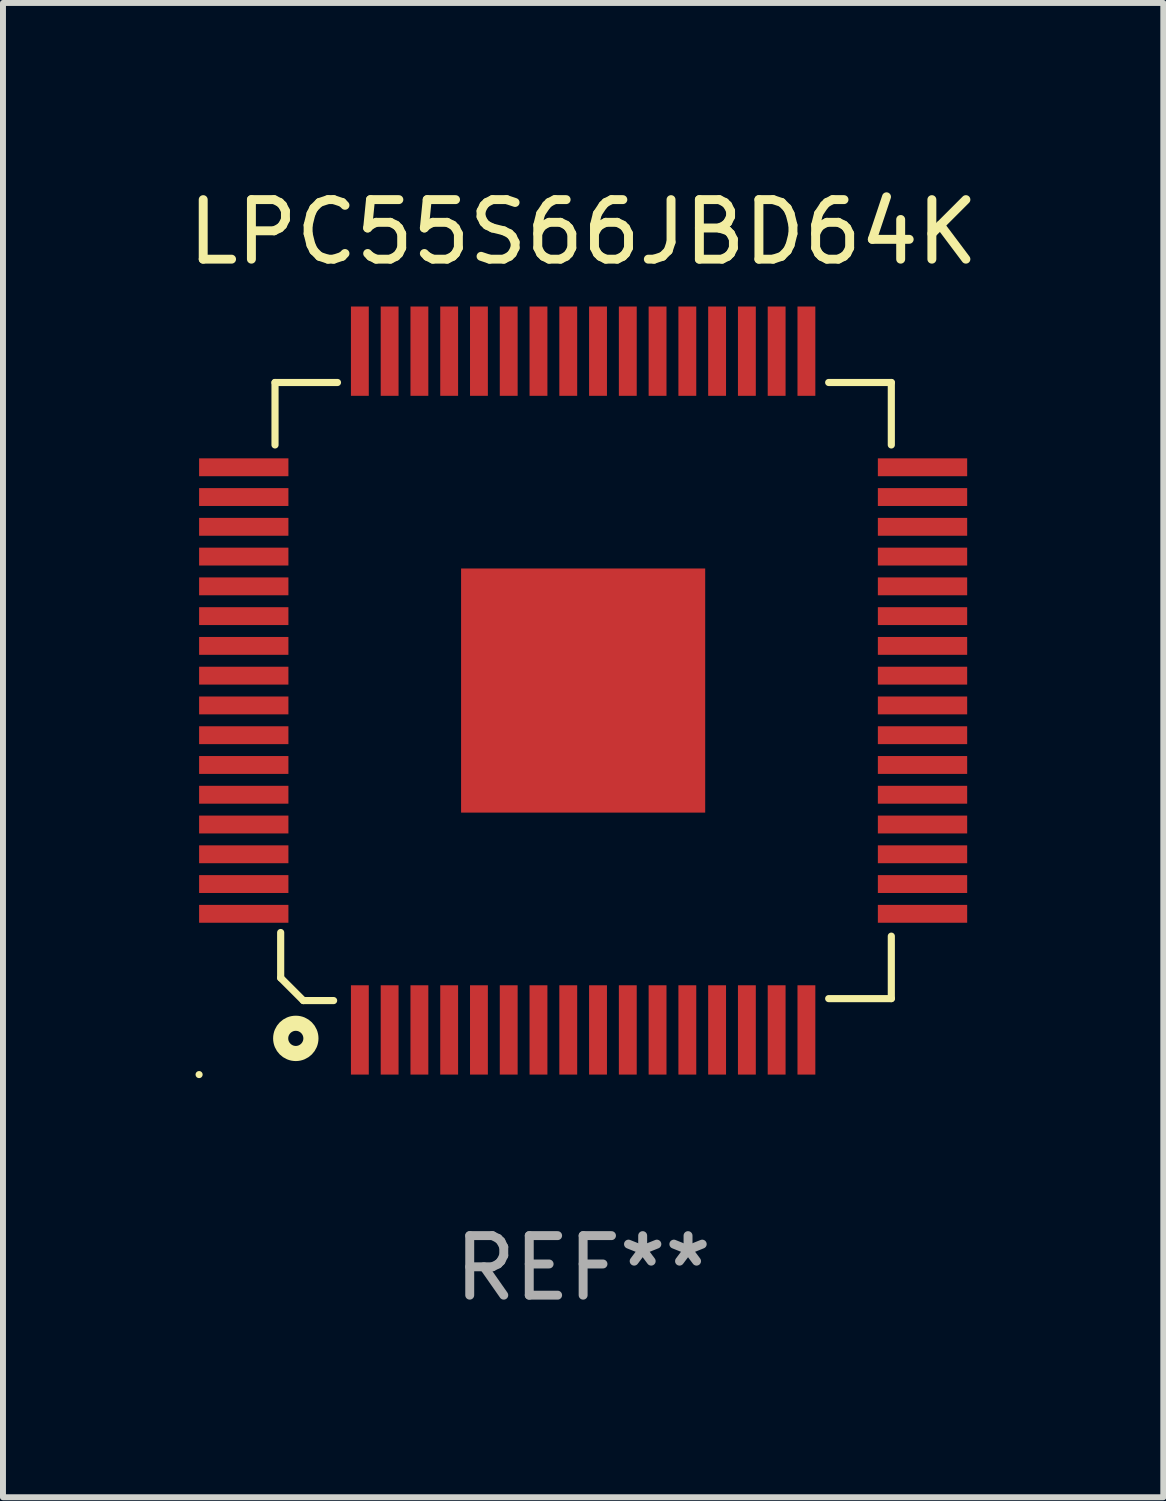
<source format=kicad_pcb>
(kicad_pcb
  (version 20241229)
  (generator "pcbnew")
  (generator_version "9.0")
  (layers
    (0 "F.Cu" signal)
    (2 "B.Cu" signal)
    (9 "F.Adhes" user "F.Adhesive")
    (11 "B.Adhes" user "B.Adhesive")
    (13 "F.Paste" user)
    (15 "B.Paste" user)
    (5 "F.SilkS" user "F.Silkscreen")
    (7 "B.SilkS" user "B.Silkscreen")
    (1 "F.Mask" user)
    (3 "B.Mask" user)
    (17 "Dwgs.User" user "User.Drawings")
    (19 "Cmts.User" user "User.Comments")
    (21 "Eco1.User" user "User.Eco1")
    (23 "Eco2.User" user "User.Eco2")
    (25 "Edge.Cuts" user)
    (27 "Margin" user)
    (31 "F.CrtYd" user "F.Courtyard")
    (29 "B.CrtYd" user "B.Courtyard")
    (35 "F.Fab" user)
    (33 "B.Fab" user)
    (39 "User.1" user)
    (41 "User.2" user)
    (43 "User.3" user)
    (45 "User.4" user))
  (footprint "LPC55S66JBD64K"
    (layer "F.Cu")
    (at 6.744 8.548)
    (property "Reference" "LPC55S66JBD64K" (at 0 -7.7 0) (layer "F.SilkS") (effects (font (size 1 1) (thickness 0.15))))
    (attr through_hole)
    (fp_line (start -5.175 -5.174) (end -4.126 -5.174) (stroke (width 0.12) (type solid)) (layer "F.SilkS"))
    (fp_line (start -5.175 -4.125) (end -5.175 -5.174) (stroke (width 0.12) (type solid)) (layer "F.SilkS"))
    (fp_line (start -5.08 4.064) (end -5.08 4.826) (stroke (width 0.12) (type solid)) (layer "F.SilkS"))
    (fp_line (start -5.08 4.826) (end -4.699 5.207) (stroke (width 0.12) (type solid)) (layer "F.SilkS"))
    (fp_line (start -4.699 5.207) (end -4.191 5.207) (stroke (width 0.12) (type solid)) (layer "F.SilkS"))
    (fp_line (start 5.176 -5.174) (end 4.124 -5.174) (stroke (width 0.12) (type solid)) (layer "F.SilkS"))
    (fp_line (start 5.176 -4.125) (end 5.176 -5.174) (stroke (width 0.12) (type solid)) (layer "F.SilkS"))
    (fp_line (start 5.176 4.125) (end 5.176 5.174) (stroke (width 0.12) (type solid)) (layer "F.SilkS"))
    (fp_line (start 5.176 5.174) (end 4.124 5.174) (stroke (width 0.12) (type solid)) (layer "F.SilkS"))
    (fp_circle (center -6.45 6.45) (end -6.42 6.45) (stroke (width 0.06) (type solid)) (fill no) (layer "F.SilkS"))
    (fp_circle (center -4.826 5.842) (end -4.572 5.842) (stroke (width 0.254) (type solid)) (fill no) (layer "F.SilkS"))
    (fp_text user "REF**" (at 0 9.7 0) (layer "F.Fab") (effects (font (size 1 1) (thickness 0.15))))
    (pad "1" smd rect (at -3.75 5.7 90) (size 1.5 0.3) (layers "F.Cu" "F.Mask" "F.Paste"))
    (pad "2" smd rect (at -3.25 5.7 90) (size 1.5 0.3) (layers "F.Cu" "F.Mask" "F.Paste"))
    (pad "3" smd rect (at -2.75 5.7 90) (size 1.5 0.3) (layers "F.Cu" "F.Mask" "F.Paste"))
    (pad "4" smd rect (at -2.25 5.7 90) (size 1.5 0.3) (layers "F.Cu" "F.Mask" "F.Paste"))
    (pad "5" smd rect (at -1.75 5.7 90) (size 1.5 0.3) (layers "F.Cu" "F.Mask" "F.Paste"))
    (pad "6" smd rect (at -1.25 5.7 90) (size 1.5 0.3) (layers "F.Cu" "F.Mask" "F.Paste"))
    (pad "7" smd rect (at -0.75 5.7 90) (size 1.5 0.3) (layers "F.Cu" "F.Mask" "F.Paste"))
    (pad "8" smd rect (at -0.25 5.7 90) (size 1.5 0.3) (layers "F.Cu" "F.Mask" "F.Paste"))
    (pad "9" smd rect (at 0.25 5.7 90) (size 1.5 0.3) (layers "F.Cu" "F.Mask" "F.Paste"))
    (pad "10" smd rect (at 0.75 5.7 90) (size 1.5 0.3) (layers "F.Cu" "F.Mask" "F.Paste"))
    (pad "11" smd rect (at 1.25 5.7 90) (size 1.5 0.3) (layers "F.Cu" "F.Mask" "F.Paste"))
    (pad "12" smd rect (at 1.75 5.7 90) (size 1.5 0.3) (layers "F.Cu" "F.Mask" "F.Paste"))
    (pad "13" smd rect (at 2.25 5.7 90) (size 1.5 0.3) (layers "F.Cu" "F.Mask" "F.Paste"))
    (pad "14" smd rect (at 2.75 5.7 90) (size 1.5 0.3) (layers "F.Cu" "F.Mask" "F.Paste"))
    (pad "15" smd rect (at 3.25 5.7 90) (size 1.5 0.3) (layers "F.Cu" "F.Mask" "F.Paste"))
    (pad "16" smd rect (at 3.75 5.7 90) (size 1.5 0.3) (layers "F.Cu" "F.Mask" "F.Paste"))
    (pad "17" smd rect (at 5.7 3.75 180) (size 1.5 0.3) (layers "F.Cu" "F.Mask" "F.Paste"))
    (pad "18" smd rect (at 5.7 3.25 180) (size 1.5 0.3) (layers "F.Cu" "F.Mask" "F.Paste"))
    (pad "19" smd rect (at 5.7 2.75 180) (size 1.5 0.3) (layers "F.Cu" "F.Mask" "F.Paste"))
    (pad "20" smd rect (at 5.7 2.25 180) (size 1.5 0.3) (layers "F.Cu" "F.Mask" "F.Paste"))
    (pad "21" smd rect (at 5.7 1.75 180) (size 1.5 0.3) (layers "F.Cu" "F.Mask" "F.Paste"))
    (pad "22" smd rect (at 5.7 1.25 180) (size 1.5 0.3) (layers "F.Cu" "F.Mask" "F.Paste"))
    (pad "23" smd rect (at 5.7 0.75 180) (size 1.5 0.3) (layers "F.Cu" "F.Mask" "F.Paste"))
    (pad "24" smd rect (at 5.7 0.25 180) (size 1.5 0.3) (layers "F.Cu" "F.Mask" "F.Paste"))
    (pad "25" smd rect (at 5.7 -0.25 180) (size 1.5 0.3) (layers "F.Cu" "F.Mask" "F.Paste"))
    (pad "26" smd rect (at 5.7 -0.75 180) (size 1.5 0.3) (layers "F.Cu" "F.Mask" "F.Paste"))
    (pad "27" smd rect (at 5.7 -1.25 180) (size 1.5 0.3) (layers "F.Cu" "F.Mask" "F.Paste"))
    (pad "28" smd rect (at 5.7 -1.75 180) (size 1.5 0.3) (layers "F.Cu" "F.Mask" "F.Paste"))
    (pad "29" smd rect (at 5.7 -2.25 180) (size 1.5 0.3) (layers "F.Cu" "F.Mask" "F.Paste"))
    (pad "30" smd rect (at 5.7 -2.75 180) (size 1.5 0.3) (layers "F.Cu" "F.Mask" "F.Paste"))
    (pad "31" smd rect (at 5.7 -3.25 180) (size 1.5 0.3) (layers "F.Cu" "F.Mask" "F.Paste"))
    (pad "32" smd rect (at 5.7 -3.75 180) (size 1.5 0.3) (layers "F.Cu" "F.Mask" "F.Paste"))
    (pad "33" smd rect (at 3.75 -5.7 90) (size 1.5 0.3) (layers "F.Cu" "F.Mask" "F.Paste"))
    (pad "34" smd rect (at 3.25 -5.7 90) (size 1.5 0.3) (layers "F.Cu" "F.Mask" "F.Paste"))
    (pad "35" smd rect (at 2.75 -5.7 90) (size 1.5 0.3) (layers "F.Cu" "F.Mask" "F.Paste"))
    (pad "36" smd rect (at 2.25 -5.7 90) (size 1.5 0.3) (layers "F.Cu" "F.Mask" "F.Paste"))
    (pad "37" smd rect (at 1.75 -5.7 90) (size 1.5 0.3) (layers "F.Cu" "F.Mask" "F.Paste"))
    (pad "38" smd rect (at 1.25 -5.7 90) (size 1.5 0.3) (layers "F.Cu" "F.Mask" "F.Paste"))
    (pad "39" smd rect (at 0.75 -5.7 90) (size 1.5 0.3) (layers "F.Cu" "F.Mask" "F.Paste"))
    (pad "40" smd rect (at 0.25 -5.7 90) (size 1.5 0.3) (layers "F.Cu" "F.Mask" "F.Paste"))
    (pad "41" smd rect (at -0.25 -5.7 90) (size 1.5 0.3) (layers "F.Cu" "F.Mask" "F.Paste"))
    (pad "42" smd rect (at -0.75 -5.7 90) (size 1.5 0.3) (layers "F.Cu" "F.Mask" "F.Paste"))
    (pad "43" smd rect (at -1.25 -5.7 90) (size 1.5 0.3) (layers "F.Cu" "F.Mask" "F.Paste"))
    (pad "44" smd rect (at -1.75 -5.7 90) (size 1.5 0.3) (layers "F.Cu" "F.Mask" "F.Paste"))
    (pad "45" smd rect (at -2.25 -5.7 90) (size 1.5 0.3) (layers "F.Cu" "F.Mask" "F.Paste"))
    (pad "46" smd rect (at -2.75 -5.7 90) (size 1.5 0.3) (layers "F.Cu" "F.Mask" "F.Paste"))
    (pad "47" smd rect (at -3.25 -5.7 90) (size 1.5 0.3) (layers "F.Cu" "F.Mask" "F.Paste"))
    (pad "48" smd rect (at -3.75 -5.7 90) (size 1.5 0.3) (layers "F.Cu" "F.Mask" "F.Paste"))
    (pad "49" smd rect (at -5.7 -3.75 180) (size 1.5 0.3) (layers "F.Cu" "F.Mask" "F.Paste"))
    (pad "50" smd rect (at -5.7 -3.25 180) (size 1.5 0.3) (layers "F.Cu" "F.Mask" "F.Paste"))
    (pad "51" smd rect (at -5.7 -2.75 180) (size 1.5 0.3) (layers "F.Cu" "F.Mask" "F.Paste"))
    (pad "52" smd rect (at -5.7 -2.25 180) (size 1.5 0.3) (layers "F.Cu" "F.Mask" "F.Paste"))
    (pad "53" smd rect (at -5.7 -1.75 180) (size 1.5 0.3) (layers "F.Cu" "F.Mask" "F.Paste"))
    (pad "54" smd rect (at -5.7 -1.25 180) (size 1.5 0.3) (layers "F.Cu" "F.Mask" "F.Paste"))
    (pad "55" smd rect (at -5.7 -0.75 180) (size 1.5 0.3) (layers "F.Cu" "F.Mask" "F.Paste"))
    (pad "56" smd rect (at -5.7 -0.25 180) (size 1.5 0.3) (layers "F.Cu" "F.Mask" "F.Paste"))
    (pad "57" smd rect (at -5.7 0.25 180) (size 1.5 0.3) (layers "F.Cu" "F.Mask" "F.Paste"))
    (pad "58" smd rect (at -5.7 0.75 180) (size 1.5 0.3) (layers "F.Cu" "F.Mask" "F.Paste"))
    (pad "59" smd rect (at -5.7 1.25 180) (size 1.5 0.3) (layers "F.Cu" "F.Mask" "F.Paste"))
    (pad "60" smd rect (at -5.7 1.75 180) (size 1.5 0.3) (layers "F.Cu" "F.Mask" "F.Paste"))
    (pad "61" smd rect (at -5.7 2.25 180) (size 1.5 0.3) (layers "F.Cu" "F.Mask" "F.Paste"))
    (pad "62" smd rect (at -5.7 2.75 180) (size 1.5 0.3) (layers "F.Cu" "F.Mask" "F.Paste"))
    (pad "63" smd rect (at -5.7 3.25 180) (size 1.5 0.3) (layers "F.Cu" "F.Mask" "F.Paste"))
    (pad "64" smd rect (at -5.7 3.75 180) (size 1.5 0.3) (layers "F.Cu" "F.Mask" "F.Paste"))
    (pad "65" smd rect (at 0 0 270) (size 4.1 4.1) (layers "F.Cu" "F.Mask" "F.Paste")))
  (gr_rect
    (start -3 -3)
    (end 16.488 22.097)
    (stroke (width 0.1) (type default))
    (fill no)
    (layer "Edge.Cuts")))
</source>
